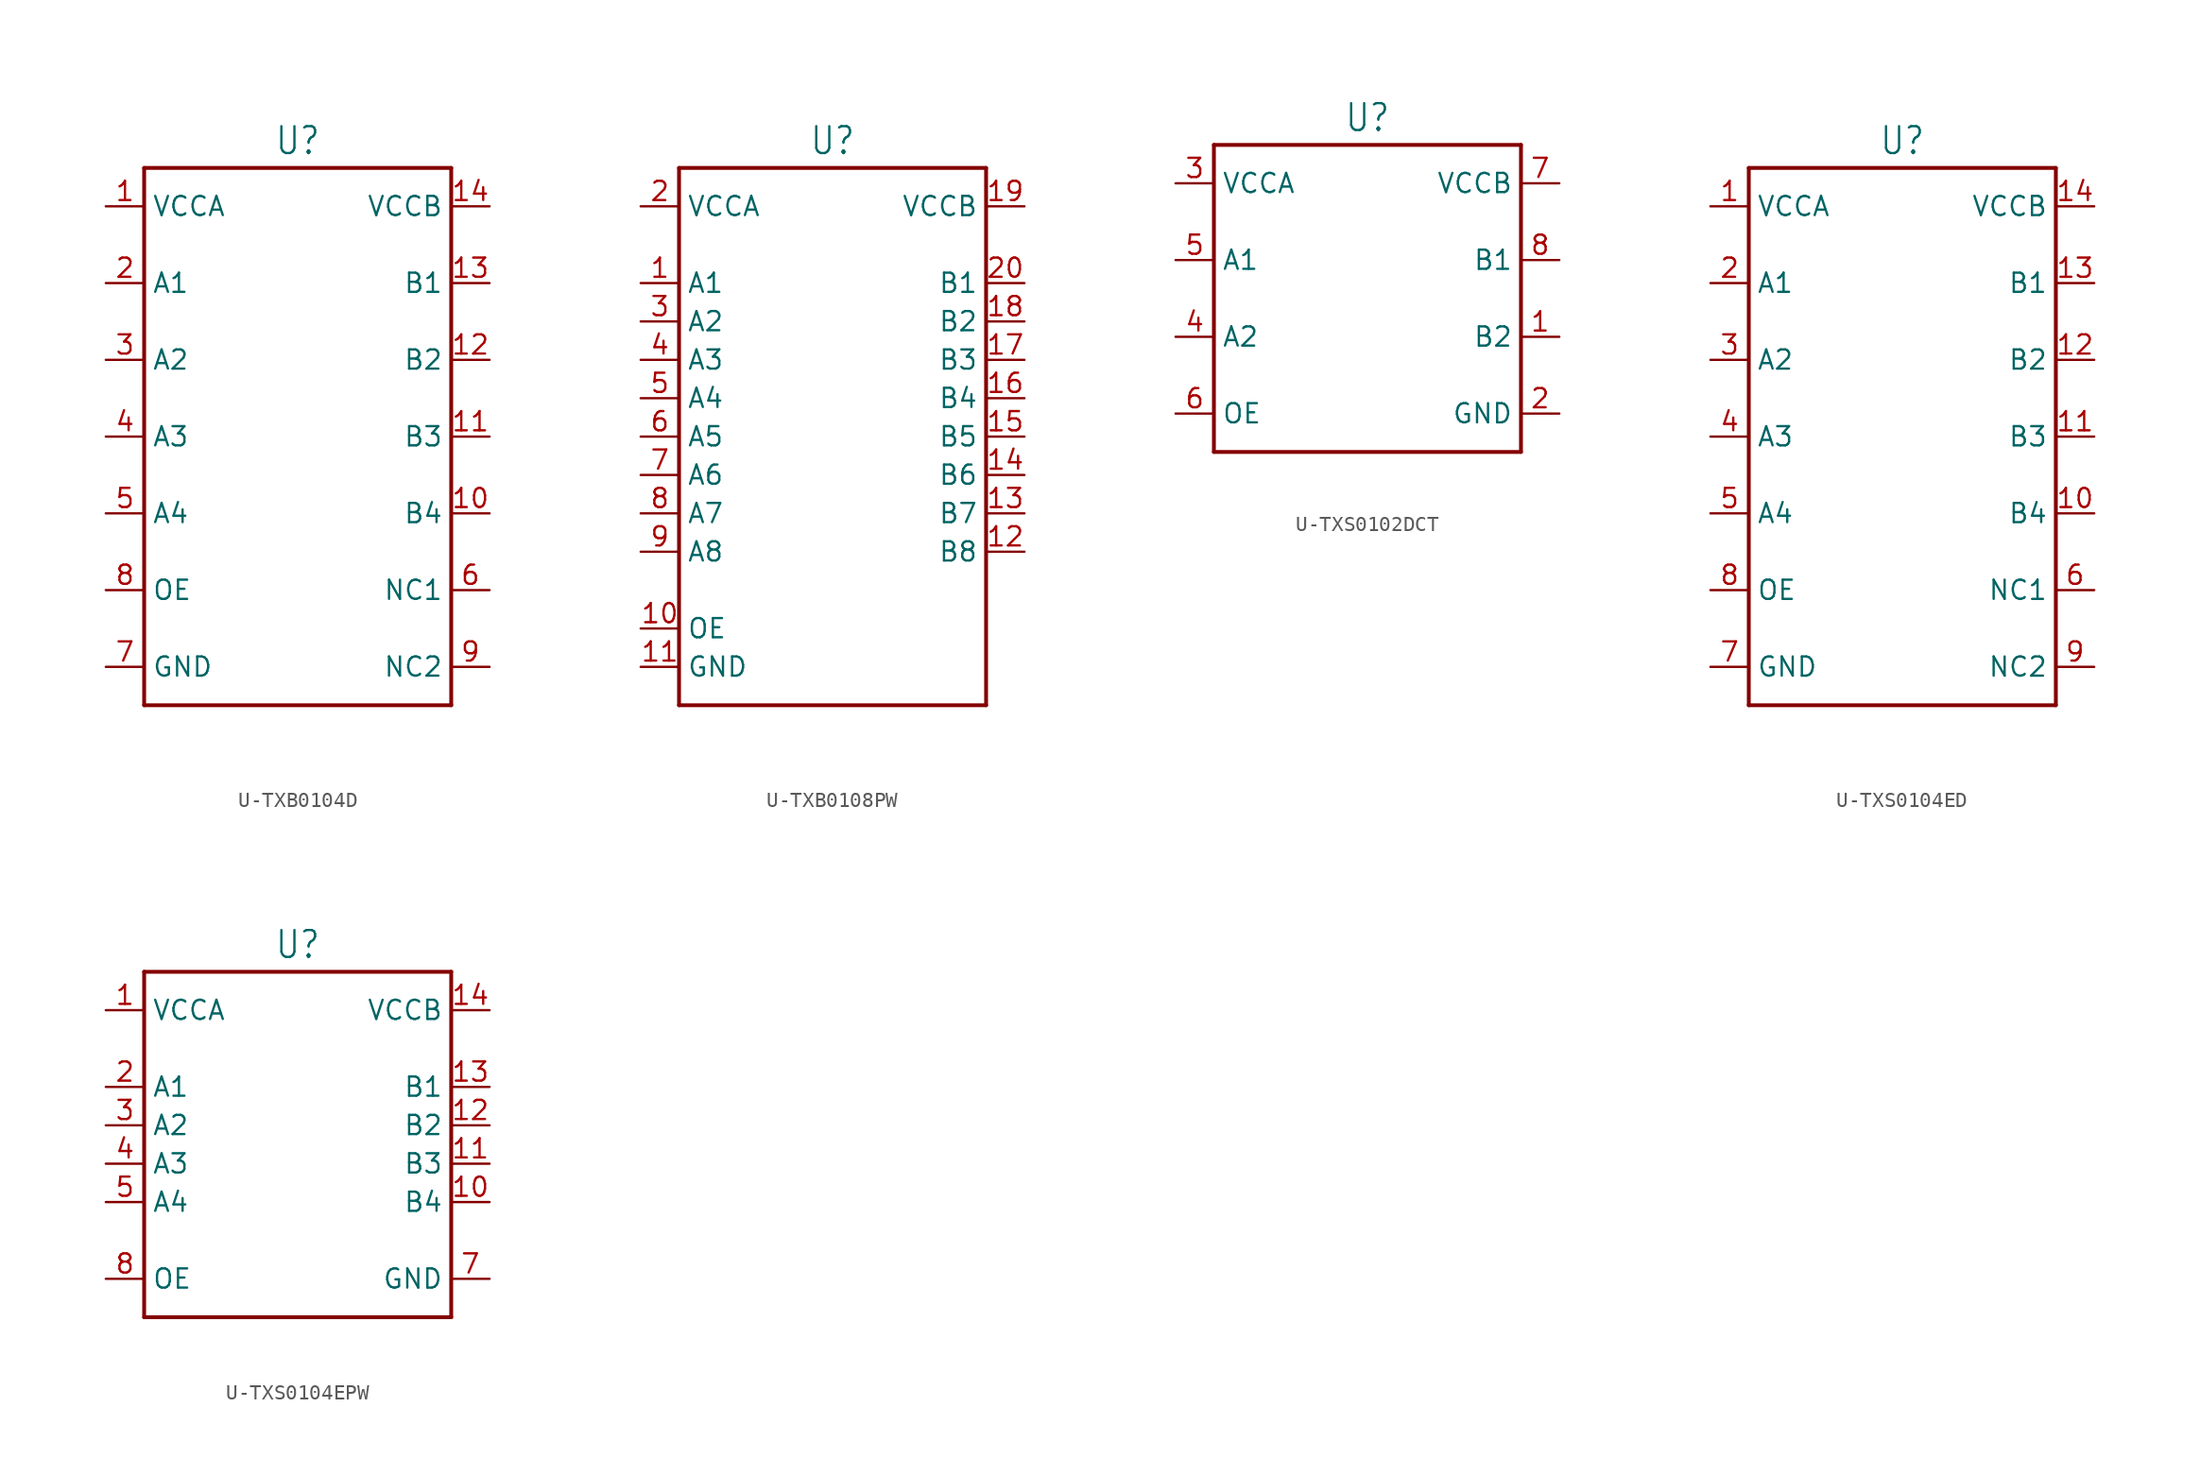
<source format=kicad_sym>
(kicad_symbol_lib
  (version 20231120)
  (generator "kicad_symbol_editor")
  (generator_version "8.0")
  (symbol "U-TXB0104D"
    (property "Reference" "U"
      (at 0 18.542 0)
      (effects (font (size 1.778 1.511)) (justify bottom)))
    (property "Value" ""
      (at 0 -18.542 0)
      (effects (font (size 1.778 1.511)) (justify top)))
    (property "ki_locked" ""
      (at 0 0 0)
      (effects (font (size 1.27 1.27))))
    (symbol "U-TXB0104D_1_0"
      (polyline (pts (xy -10.16 -17.78) (xy -10.16 17.78)) (stroke (width 0.254) (type solid)) (fill (type none)))
      (polyline (pts (xy -10.16 17.78) (xy 10.16 17.78)) (stroke (width 0.254) (type solid)) (fill (type none)))
      (polyline (pts (xy 10.16 -17.78) (xy -10.16 -17.78)) (stroke (width 0.254) (type solid)) (fill (type none)))
      (polyline (pts (xy 10.16 17.78) (xy 10.16 -17.78)) (stroke (width 0.254) (type solid)) (fill (type none)))
      (pin passive line (at -12.7 15.24 0) (length 2.54) (name "VCCA" (effects (font (size 1.27 1.27)))) (number "1" (effects (font (size 1.27 1.27)))))
      (pin passive line (at 12.7 -5.08 180) (length 2.54) (name "B4" (effects (font (size 1.27 1.27)))) (number "10" (effects (font (size 1.27 1.27)))))
      (pin passive line (at 12.7 0 180) (length 2.54) (name "B3" (effects (font (size 1.27 1.27)))) (number "11" (effects (font (size 1.27 1.27)))))
      (pin passive line (at 12.7 5.08 180) (length 2.54) (name "B2" (effects (font (size 1.27 1.27)))) (number "12" (effects (font (size 1.27 1.27)))))
      (pin passive line (at 12.7 10.16 180) (length 2.54) (name "B1" (effects (font (size 1.27 1.27)))) (number "13" (effects (font (size 1.27 1.27)))))
      (pin passive line (at 12.7 15.24 180) (length 2.54) (name "VCCB" (effects (font (size 1.27 1.27)))) (number "14" (effects (font (size 1.27 1.27)))))
      (pin passive line (at -12.7 10.16 0) (length 2.54) (name "A1" (effects (font (size 1.27 1.27)))) (number "2" (effects (font (size 1.27 1.27)))))
      (pin passive line (at -12.7 5.08 0) (length 2.54) (name "A2" (effects (font (size 1.27 1.27)))) (number "3" (effects (font (size 1.27 1.27)))))
      (pin passive line (at -12.7 0 0) (length 2.54) (name "A3" (effects (font (size 1.27 1.27)))) (number "4" (effects (font (size 1.27 1.27)))))
      (pin passive line (at -12.7 -5.08 0) (length 2.54) (name "A4" (effects (font (size 1.27 1.27)))) (number "5" (effects (font (size 1.27 1.27)))))
      (pin passive line (at 12.7 -10.16 180) (length 2.54) (name "NC1" (effects (font (size 1.27 1.27)))) (number "6" (effects (font (size 1.27 1.27)))))
      (pin passive line (at -12.7 -15.24 0) (length 2.54) (name "GND" (effects (font (size 1.27 1.27)))) (number "7" (effects (font (size 1.27 1.27)))))
      (pin passive line (at -12.7 -10.16 0) (length 2.54) (name "OE" (effects (font (size 1.27 1.27)))) (number "8" (effects (font (size 1.27 1.27)))))
      (pin passive line (at 12.7 -15.24 180) (length 2.54) (name "NC2" (effects (font (size 1.27 1.27)))) (number "9" (effects (font (size 1.27 1.27)))))))
  (symbol "U-TXB0108PW"
    (property "Reference" "U"
      (at 0 18.542 0)
      (effects (font (size 1.778 1.511)) (justify bottom)))
    (property "Value" ""
      (at 0 -18.542 0)
      (effects (font (size 1.778 1.511)) (justify top)))
    (property "ki_locked" ""
      (at 0 0 0)
      (effects (font (size 1.27 1.27))))
    (symbol "U-TXB0108PW_1_0"
      (polyline (pts (xy -10.16 -17.78) (xy -10.16 17.78)) (stroke (width 0.254) (type solid)) (fill (type none)))
      (polyline (pts (xy -10.16 17.78) (xy 10.16 17.78)) (stroke (width 0.254) (type solid)) (fill (type none)))
      (polyline (pts (xy 10.16 -17.78) (xy -10.16 -17.78)) (stroke (width 0.254) (type solid)) (fill (type none)))
      (polyline (pts (xy 10.16 17.78) (xy 10.16 -17.78)) (stroke (width 0.254) (type solid)) (fill (type none)))
      (pin passive line (at -12.7 10.16 0) (length 2.54) (name "A1" (effects (font (size 1.27 1.27)))) (number "1" (effects (font (size 1.27 1.27)))))
      (pin passive line (at -12.7 -12.7 0) (length 2.54) (name "OE" (effects (font (size 1.27 1.27)))) (number "10" (effects (font (size 1.27 1.27)))))
      (pin passive line (at -12.7 -15.24 0) (length 2.54) (name "GND" (effects (font (size 1.27 1.27)))) (number "11" (effects (font (size 1.27 1.27)))))
      (pin passive line (at 12.7 -7.62 180) (length 2.54) (name "B8" (effects (font (size 1.27 1.27)))) (number "12" (effects (font (size 1.27 1.27)))))
      (pin passive line (at 12.7 -5.08 180) (length 2.54) (name "B7" (effects (font (size 1.27 1.27)))) (number "13" (effects (font (size 1.27 1.27)))))
      (pin passive line (at 12.7 -2.54 180) (length 2.54) (name "B6" (effects (font (size 1.27 1.27)))) (number "14" (effects (font (size 1.27 1.27)))))
      (pin passive line (at 12.7 0 180) (length 2.54) (name "B5" (effects (font (size 1.27 1.27)))) (number "15" (effects (font (size 1.27 1.27)))))
      (pin passive line (at 12.7 2.54 180) (length 2.54) (name "B4" (effects (font (size 1.27 1.27)))) (number "16" (effects (font (size 1.27 1.27)))))
      (pin passive line (at 12.7 5.08 180) (length 2.54) (name "B3" (effects (font (size 1.27 1.27)))) (number "17" (effects (font (size 1.27 1.27)))))
      (pin passive line (at 12.7 7.62 180) (length 2.54) (name "B2" (effects (font (size 1.27 1.27)))) (number "18" (effects (font (size 1.27 1.27)))))
      (pin passive line (at 12.7 15.24 180) (length 2.54) (name "VCCB" (effects (font (size 1.27 1.27)))) (number "19" (effects (font (size 1.27 1.27)))))
      (pin passive line (at -12.7 15.24 0) (length 2.54) (name "VCCA" (effects (font (size 1.27 1.27)))) (number "2" (effects (font (size 1.27 1.27)))))
      (pin passive line (at 12.7 10.16 180) (length 2.54) (name "B1" (effects (font (size 1.27 1.27)))) (number "20" (effects (font (size 1.27 1.27)))))
      (pin passive line (at -12.7 7.62 0) (length 2.54) (name "A2" (effects (font (size 1.27 1.27)))) (number "3" (effects (font (size 1.27 1.27)))))
      (pin passive line (at -12.7 5.08 0) (length 2.54) (name "A3" (effects (font (size 1.27 1.27)))) (number "4" (effects (font (size 1.27 1.27)))))
      (pin passive line (at -12.7 2.54 0) (length 2.54) (name "A4" (effects (font (size 1.27 1.27)))) (number "5" (effects (font (size 1.27 1.27)))))
      (pin passive line (at -12.7 0 0) (length 2.54) (name "A5" (effects (font (size 1.27 1.27)))) (number "6" (effects (font (size 1.27 1.27)))))
      (pin passive line (at -12.7 -2.54 0) (length 2.54) (name "A6" (effects (font (size 1.27 1.27)))) (number "7" (effects (font (size 1.27 1.27)))))
      (pin passive line (at -12.7 -5.08 0) (length 2.54) (name "A7" (effects (font (size 1.27 1.27)))) (number "8" (effects (font (size 1.27 1.27)))))
      (pin passive line (at -12.7 -7.62 0) (length 2.54) (name "A8" (effects (font (size 1.27 1.27)))) (number "9" (effects (font (size 1.27 1.27)))))))
  (symbol "U-TXS0102DCT"
    (property "Reference" "U"
      (at 0 10.922 0)
      (effects (font (size 1.778 1.511)) (justify bottom)))
    (property "Value" ""
      (at 0 -10.922 0)
      (effects (font (size 1.778 1.511)) (justify top)))
    (property "ki_locked" ""
      (at 0 0 0)
      (effects (font (size 1.27 1.27))))
    (symbol "U-TXS0102DCT_1_0"
      (polyline (pts (xy -10.16 -10.16) (xy -10.16 10.16)) (stroke (width 0.254) (type solid)) (fill (type none)))
      (polyline (pts (xy -10.16 10.16) (xy 10.16 10.16)) (stroke (width 0.254) (type solid)) (fill (type none)))
      (polyline (pts (xy 10.16 -10.16) (xy -10.16 -10.16)) (stroke (width 0.254) (type solid)) (fill (type none)))
      (polyline (pts (xy 10.16 10.16) (xy 10.16 -10.16)) (stroke (width 0.254) (type solid)) (fill (type none)))
      (pin passive line (at 12.7 -2.54 180) (length 2.54) (name "B2" (effects (font (size 1.27 1.27)))) (number "1" (effects (font (size 1.27 1.27)))))
      (pin passive line (at 12.7 -7.62 180) (length 2.54) (name "GND" (effects (font (size 1.27 1.27)))) (number "2" (effects (font (size 1.27 1.27)))))
      (pin passive line (at -12.7 7.62 0) (length 2.54) (name "VCCA" (effects (font (size 1.27 1.27)))) (number "3" (effects (font (size 1.27 1.27)))))
      (pin passive line (at -12.7 -2.54 0) (length 2.54) (name "A2" (effects (font (size 1.27 1.27)))) (number "4" (effects (font (size 1.27 1.27)))))
      (pin passive line (at -12.7 2.54 0) (length 2.54) (name "A1" (effects (font (size 1.27 1.27)))) (number "5" (effects (font (size 1.27 1.27)))))
      (pin passive line (at -12.7 -7.62 0) (length 2.54) (name "OE" (effects (font (size 1.27 1.27)))) (number "6" (effects (font (size 1.27 1.27)))))
      (pin passive line (at 12.7 7.62 180) (length 2.54) (name "VCCB" (effects (font (size 1.27 1.27)))) (number "7" (effects (font (size 1.27 1.27)))))
      (pin passive line (at 12.7 2.54 180) (length 2.54) (name "B1" (effects (font (size 1.27 1.27)))) (number "8" (effects (font (size 1.27 1.27)))))))
  (symbol "U-TXS0104ED"
    (property "Reference" "U"
      (at 0 18.542 0)
      (effects (font (size 1.778 1.511)) (justify bottom)))
    (property "Value" ""
      (at 0 -18.542 0)
      (effects (font (size 1.778 1.511)) (justify top)))
    (property "ki_locked" ""
      (at 0 0 0)
      (effects (font (size 1.27 1.27))))
    (symbol "U-TXS0104ED_1_0"
      (polyline (pts (xy -10.16 -17.78) (xy -10.16 17.78)) (stroke (width 0.254) (type solid)) (fill (type none)))
      (polyline (pts (xy -10.16 17.78) (xy 10.16 17.78)) (stroke (width 0.254) (type solid)) (fill (type none)))
      (polyline (pts (xy 10.16 -17.78) (xy -10.16 -17.78)) (stroke (width 0.254) (type solid)) (fill (type none)))
      (polyline (pts (xy 10.16 17.78) (xy 10.16 -17.78)) (stroke (width 0.254) (type solid)) (fill (type none)))
      (pin passive line (at -12.7 15.24 0) (length 2.54) (name "VCCA" (effects (font (size 1.27 1.27)))) (number "1" (effects (font (size 1.27 1.27)))))
      (pin passive line (at 12.7 -5.08 180) (length 2.54) (name "B4" (effects (font (size 1.27 1.27)))) (number "10" (effects (font (size 1.27 1.27)))))
      (pin passive line (at 12.7 0 180) (length 2.54) (name "B3" (effects (font (size 1.27 1.27)))) (number "11" (effects (font (size 1.27 1.27)))))
      (pin passive line (at 12.7 5.08 180) (length 2.54) (name "B2" (effects (font (size 1.27 1.27)))) (number "12" (effects (font (size 1.27 1.27)))))
      (pin passive line (at 12.7 10.16 180) (length 2.54) (name "B1" (effects (font (size 1.27 1.27)))) (number "13" (effects (font (size 1.27 1.27)))))
      (pin passive line (at 12.7 15.24 180) (length 2.54) (name "VCCB" (effects (font (size 1.27 1.27)))) (number "14" (effects (font (size 1.27 1.27)))))
      (pin passive line (at -12.7 10.16 0) (length 2.54) (name "A1" (effects (font (size 1.27 1.27)))) (number "2" (effects (font (size 1.27 1.27)))))
      (pin passive line (at -12.7 5.08 0) (length 2.54) (name "A2" (effects (font (size 1.27 1.27)))) (number "3" (effects (font (size 1.27 1.27)))))
      (pin passive line (at -12.7 0 0) (length 2.54) (name "A3" (effects (font (size 1.27 1.27)))) (number "4" (effects (font (size 1.27 1.27)))))
      (pin passive line (at -12.7 -5.08 0) (length 2.54) (name "A4" (effects (font (size 1.27 1.27)))) (number "5" (effects (font (size 1.27 1.27)))))
      (pin passive line (at 12.7 -10.16 180) (length 2.54) (name "NC1" (effects (font (size 1.27 1.27)))) (number "6" (effects (font (size 1.27 1.27)))))
      (pin passive line (at -12.7 -15.24 0) (length 2.54) (name "GND" (effects (font (size 1.27 1.27)))) (number "7" (effects (font (size 1.27 1.27)))))
      (pin passive line (at -12.7 -10.16 0) (length 2.54) (name "OE" (effects (font (size 1.27 1.27)))) (number "8" (effects (font (size 1.27 1.27)))))
      (pin passive line (at 12.7 -15.24 180) (length 2.54) (name "NC2" (effects (font (size 1.27 1.27)))) (number "9" (effects (font (size 1.27 1.27)))))))
  (symbol "U-TXS0104EPW"
    (property "Reference" "U"
      (at 0 10.922 0)
      (effects (font (size 1.778 1.511)) (justify bottom)))
    (property "Value" ""
      (at 0 -13.462 0)
      (effects (font (size 1.778 1.511)) (justify top)))
    (property "ki_locked" ""
      (at 0 0 0)
      (effects (font (size 1.27 1.27))))
    (symbol "U-TXS0104EPW_1_0"
      (polyline (pts (xy -10.16 -12.7) (xy -10.16 10.16)) (stroke (width 0.254) (type solid)) (fill (type none)))
      (polyline (pts (xy -10.16 10.16) (xy 10.16 10.16)) (stroke (width 0.254) (type solid)) (fill (type none)))
      (polyline (pts (xy 10.16 -12.7) (xy -10.16 -12.7)) (stroke (width 0.254) (type solid)) (fill (type none)))
      (polyline (pts (xy 10.16 10.16) (xy 10.16 -12.7)) (stroke (width 0.254) (type solid)) (fill (type none)))
      (pin passive line (at -12.7 7.62 0) (length 2.54) (name "VCCA" (effects (font (size 1.27 1.27)))) (number "1" (effects (font (size 1.27 1.27)))))
      (pin passive line (at 12.7 -5.08 180) (length 2.54) (name "B4" (effects (font (size 1.27 1.27)))) (number "10" (effects (font (size 1.27 1.27)))))
      (pin passive line (at 12.7 -2.54 180) (length 2.54) (name "B3" (effects (font (size 1.27 1.27)))) (number "11" (effects (font (size 1.27 1.27)))))
      (pin passive line (at 12.7 0 180) (length 2.54) (name "B2" (effects (font (size 1.27 1.27)))) (number "12" (effects (font (size 1.27 1.27)))))
      (pin passive line (at 12.7 2.54 180) (length 2.54) (name "B1" (effects (font (size 1.27 1.27)))) (number "13" (effects (font (size 1.27 1.27)))))
      (pin passive line (at 12.7 7.62 180) (length 2.54) (name "VCCB" (effects (font (size 1.27 1.27)))) (number "14" (effects (font (size 1.27 1.27)))))
      (pin passive line (at -12.7 2.54 0) (length 2.54) (name "A1" (effects (font (size 1.27 1.27)))) (number "2" (effects (font (size 1.27 1.27)))))
      (pin passive line (at -12.7 0 0) (length 2.54) (name "A2" (effects (font (size 1.27 1.27)))) (number "3" (effects (font (size 1.27 1.27)))))
      (pin passive line (at -12.7 -2.54 0) (length 2.54) (name "A3" (effects (font (size 1.27 1.27)))) (number "4" (effects (font (size 1.27 1.27)))))
      (pin passive line (at -12.7 -5.08 0) (length 2.54) (name "A4" (effects (font (size 1.27 1.27)))) (number "5" (effects (font (size 1.27 1.27)))))
      (pin passive line (at 12.7 -10.16 180) (length 2.54) (name "GND" (effects (font (size 1.27 1.27)))) (number "7" (effects (font (size 1.27 1.27)))))
      (pin passive line (at -12.7 -10.16 0) (length 2.54) (name "OE" (effects (font (size 1.27 1.27)))) (number "8" (effects (font (size 1.27 1.27))))))))
</source>
